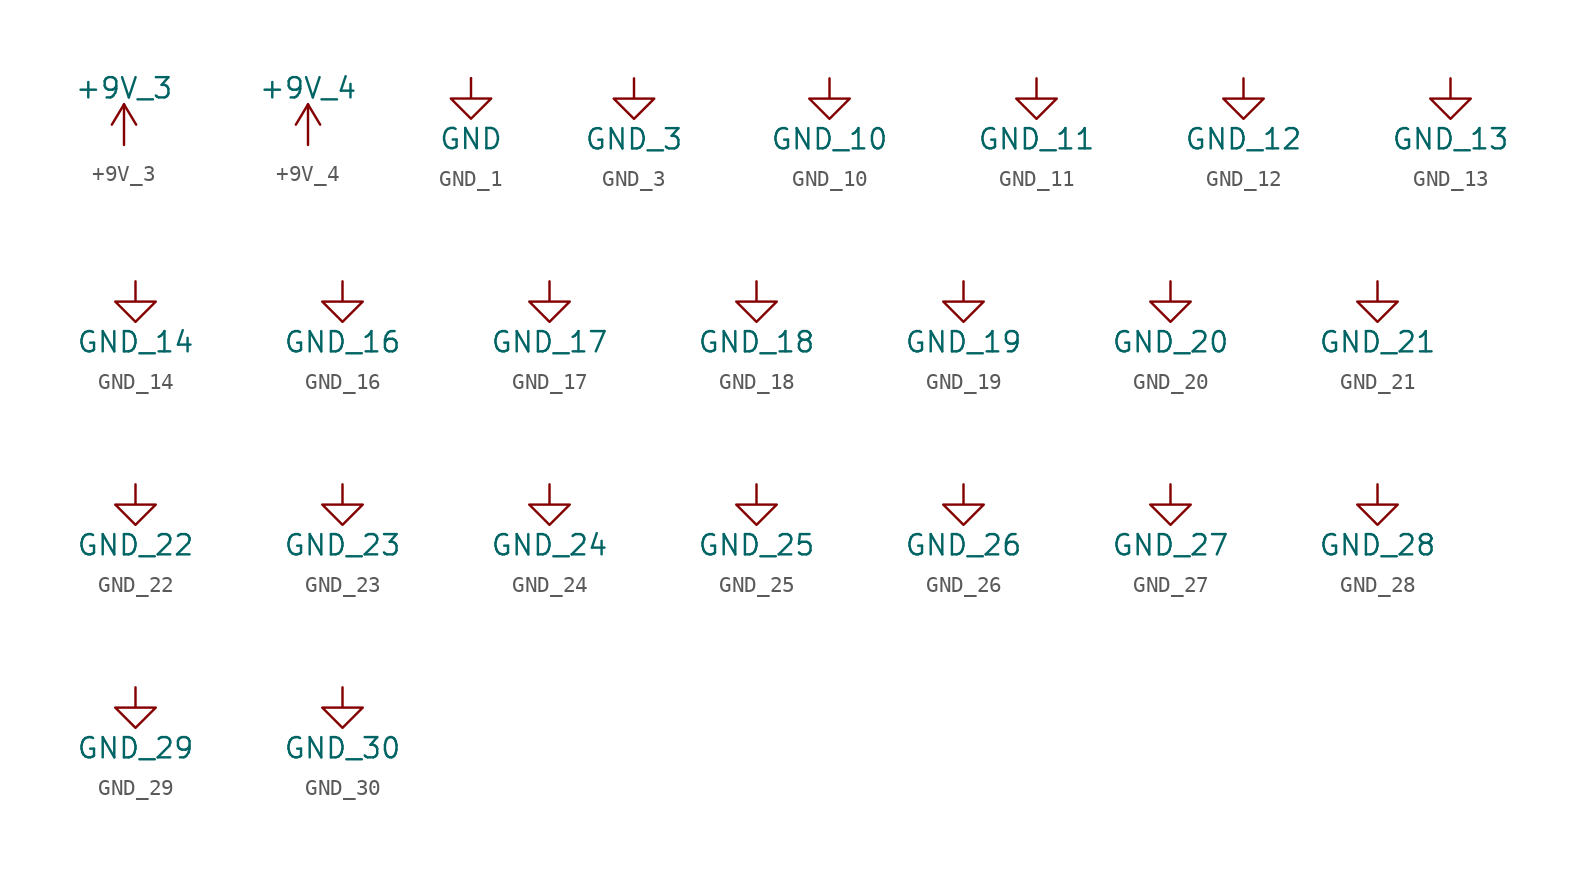
<source format=kicad_sym>
(kicad_symbol_lib
  (version 20231120)
  (generator "kicad_symbol_editor")
  (generator_version "8.0")
  (symbol "+9V_3"
    (power)
    (pin_names
      (offset 0))
    (property "Reference" "#PWR"
      (at 0 -3.81 0)
      (effects (font (size 1.27 1.27)) (hide yes)))
    (property "Value" "+9V_3"
      (at 0 3.556 0)
      (effects (font (size 1.27 1.27))))
    (symbol "+9V_3_0_1"
      (polyline (pts (xy -0.762 1.27) (xy 0 2.54)) (stroke (width 0) (type default)) (fill (type none)))
      (polyline (pts (xy 0 0) (xy 0 2.54)) (stroke (width 0) (type default)) (fill (type none)))
      (polyline (pts (xy 0 2.54) (xy 0.762 1.27)) (stroke (width 0) (type default)) (fill (type none))))
    (symbol "+9V_3_1_1"
      (pin power_in line (at 0 0 90) (length 0) hide (name "+9V" (effects (font (size 1.27 1.27)))) (number "1" (effects (font (size 1.27 1.27)))))))
  (symbol "+9V_4"
    (power)
    (pin_names
      (offset 0))
    (property "Reference" "#PWR"
      (at 0 -3.81 0)
      (effects (font (size 1.27 1.27)) (hide yes)))
    (property "Value" "+9V_4"
      (at 0 3.556 0)
      (effects (font (size 1.27 1.27))))
    (symbol "+9V_4_0_1"
      (polyline (pts (xy -0.762 1.27) (xy 0 2.54)) (stroke (width 0) (type default)) (fill (type none)))
      (polyline (pts (xy 0 0) (xy 0 2.54)) (stroke (width 0) (type default)) (fill (type none)))
      (polyline (pts (xy 0 2.54) (xy 0.762 1.27)) (stroke (width 0) (type default)) (fill (type none))))
    (symbol "+9V_4_1_1"
      (pin power_in line (at 0 0 90) (length 0) hide (name "+9V" (effects (font (size 1.27 1.27)))) (number "1" (effects (font (size 1.27 1.27)))))))
  (symbol "GND_1"
    (power)
    (pin_numbers hide)
    (pin_names
      (offset 0) hide)
    (property "Reference" "#PWR"
      (at 0 -6.35 0)
      (effects (font (size 1.27 1.27)) (hide yes)))
    (property "Value" "GND"
      (at 0 -3.81 0)
      (effects (font (size 1.27 1.27))))
    (symbol "GND_1_0_1"
      (polyline (pts (xy 0 0) (xy 0 -1.27) (xy 1.27 -1.27) (xy 0 -2.54) (xy -1.27 -1.27) (xy 0 -1.27)) (stroke (width 0) (type default)) (fill (type none))))
    (symbol "GND_1_1_1"
      (pin power_in line (at 0 0 270) (length 0) (name "~" (effects (font (size 1.27 1.27)))) (number "1" (effects (font (size 1.27 1.27)))))))
  (symbol "GND_3"
    (power)
    (pin_names
      (offset 0))
    (property "Reference" "#PWR"
      (at 0 -6.35 0)
      (effects (font (size 1.27 1.27)) (hide yes)))
    (property "Value" "GND_3"
      (at 0 -3.81 0)
      (effects (font (size 1.27 1.27))))
    (symbol "GND_3_0_1"
      (polyline (pts (xy 0 0) (xy 0 -1.27) (xy 1.27 -1.27) (xy 0 -2.54) (xy -1.27 -1.27) (xy 0 -1.27)) (stroke (width 0) (type default)) (fill (type none))))
    (symbol "GND_3_1_1"
      (pin power_in line (at 0 0 270) (length 0) hide (name "GND" (effects (font (size 1.27 1.27)))) (number "1" (effects (font (size 1.27 1.27)))))))
  (symbol "GND_10"
    (power)
    (pin_names
      (offset 0))
    (property "Reference" "#PWR"
      (at 0 -6.35 0)
      (effects (font (size 1.27 1.27)) (hide yes)))
    (property "Value" "GND_10"
      (at 0 -3.81 0)
      (effects (font (size 1.27 1.27))))
    (symbol "GND_10_0_1"
      (polyline (pts (xy 0 0) (xy 0 -1.27) (xy 1.27 -1.27) (xy 0 -2.54) (xy -1.27 -1.27) (xy 0 -1.27)) (stroke (width 0) (type default)) (fill (type none))))
    (symbol "GND_10_1_1"
      (pin power_in line (at 0 0 270) (length 0) hide (name "GND" (effects (font (size 1.27 1.27)))) (number "1" (effects (font (size 1.27 1.27)))))))
  (symbol "GND_11"
    (power)
    (pin_names
      (offset 0))
    (property "Reference" "#PWR"
      (at 0 -6.35 0)
      (effects (font (size 1.27 1.27)) (hide yes)))
    (property "Value" "GND_11"
      (at 0 -3.81 0)
      (effects (font (size 1.27 1.27))))
    (symbol "GND_11_0_1"
      (polyline (pts (xy 0 0) (xy 0 -1.27) (xy 1.27 -1.27) (xy 0 -2.54) (xy -1.27 -1.27) (xy 0 -1.27)) (stroke (width 0) (type default)) (fill (type none))))
    (symbol "GND_11_1_1"
      (pin power_in line (at 0 0 270) (length 0) hide (name "GND" (effects (font (size 1.27 1.27)))) (number "1" (effects (font (size 1.27 1.27)))))))
  (symbol "GND_12"
    (power)
    (pin_names
      (offset 0))
    (property "Reference" "#PWR"
      (at 0 -6.35 0)
      (effects (font (size 1.27 1.27)) (hide yes)))
    (property "Value" "GND_12"
      (at 0 -3.81 0)
      (effects (font (size 1.27 1.27))))
    (symbol "GND_12_0_1"
      (polyline (pts (xy 0 0) (xy 0 -1.27) (xy 1.27 -1.27) (xy 0 -2.54) (xy -1.27 -1.27) (xy 0 -1.27)) (stroke (width 0) (type default)) (fill (type none))))
    (symbol "GND_12_1_1"
      (pin power_in line (at 0 0 270) (length 0) hide (name "GND" (effects (font (size 1.27 1.27)))) (number "1" (effects (font (size 1.27 1.27)))))))
  (symbol "GND_13"
    (power)
    (pin_names
      (offset 0))
    (property "Reference" "#PWR"
      (at 0 -6.35 0)
      (effects (font (size 1.27 1.27)) (hide yes)))
    (property "Value" "GND_13"
      (at 0 -3.81 0)
      (effects (font (size 1.27 1.27))))
    (symbol "GND_13_0_1"
      (polyline (pts (xy 0 0) (xy 0 -1.27) (xy 1.27 -1.27) (xy 0 -2.54) (xy -1.27 -1.27) (xy 0 -1.27)) (stroke (width 0) (type default)) (fill (type none))))
    (symbol "GND_13_1_1"
      (pin power_in line (at 0 0 270) (length 0) hide (name "GND" (effects (font (size 1.27 1.27)))) (number "1" (effects (font (size 1.27 1.27)))))))
  (symbol "GND_14"
    (power)
    (pin_names
      (offset 0))
    (property "Reference" "#PWR"
      (at 0 -6.35 0)
      (effects (font (size 1.27 1.27)) (hide yes)))
    (property "Value" "GND_14"
      (at 0 -3.81 0)
      (effects (font (size 1.27 1.27))))
    (symbol "GND_14_0_1"
      (polyline (pts (xy 0 0) (xy 0 -1.27) (xy 1.27 -1.27) (xy 0 -2.54) (xy -1.27 -1.27) (xy 0 -1.27)) (stroke (width 0) (type default)) (fill (type none))))
    (symbol "GND_14_1_1"
      (pin power_in line (at 0 0 270) (length 0) hide (name "GND" (effects (font (size 1.27 1.27)))) (number "1" (effects (font (size 1.27 1.27)))))))
  (symbol "GND_16"
    (power)
    (pin_names
      (offset 0))
    (property "Reference" "#PWR"
      (at 0 -6.35 0)
      (effects (font (size 1.27 1.27)) (hide yes)))
    (property "Value" "GND_16"
      (at 0 -3.81 0)
      (effects (font (size 1.27 1.27))))
    (symbol "GND_16_0_1"
      (polyline (pts (xy 0 0) (xy 0 -1.27) (xy 1.27 -1.27) (xy 0 -2.54) (xy -1.27 -1.27) (xy 0 -1.27)) (stroke (width 0) (type default)) (fill (type none))))
    (symbol "GND_16_1_1"
      (pin power_in line (at 0 0 270) (length 0) hide (name "GND" (effects (font (size 1.27 1.27)))) (number "1" (effects (font (size 1.27 1.27)))))))
  (symbol "GND_17"
    (power)
    (pin_names
      (offset 0))
    (property "Reference" "#PWR"
      (at 0 -6.35 0)
      (effects (font (size 1.27 1.27)) (hide yes)))
    (property "Value" "GND_17"
      (at 0 -3.81 0)
      (effects (font (size 1.27 1.27))))
    (symbol "GND_17_0_1"
      (polyline (pts (xy 0 0) (xy 0 -1.27) (xy 1.27 -1.27) (xy 0 -2.54) (xy -1.27 -1.27) (xy 0 -1.27)) (stroke (width 0) (type default)) (fill (type none))))
    (symbol "GND_17_1_1"
      (pin power_in line (at 0 0 270) (length 0) hide (name "GND" (effects (font (size 1.27 1.27)))) (number "1" (effects (font (size 1.27 1.27)))))))
  (symbol "GND_18"
    (power)
    (pin_names
      (offset 0))
    (property "Reference" "#PWR"
      (at 0 -6.35 0)
      (effects (font (size 1.27 1.27)) (hide yes)))
    (property "Value" "GND_18"
      (at 0 -3.81 0)
      (effects (font (size 1.27 1.27))))
    (symbol "GND_18_0_1"
      (polyline (pts (xy 0 0) (xy 0 -1.27) (xy 1.27 -1.27) (xy 0 -2.54) (xy -1.27 -1.27) (xy 0 -1.27)) (stroke (width 0) (type default)) (fill (type none))))
    (symbol "GND_18_1_1"
      (pin power_in line (at 0 0 270) (length 0) hide (name "GND" (effects (font (size 1.27 1.27)))) (number "1" (effects (font (size 1.27 1.27)))))))
  (symbol "GND_19"
    (power)
    (pin_names
      (offset 0))
    (property "Reference" "#PWR"
      (at 0 -6.35 0)
      (effects (font (size 1.27 1.27)) (hide yes)))
    (property "Value" "GND_19"
      (at 0 -3.81 0)
      (effects (font (size 1.27 1.27))))
    (symbol "GND_19_0_1"
      (polyline (pts (xy 0 0) (xy 0 -1.27) (xy 1.27 -1.27) (xy 0 -2.54) (xy -1.27 -1.27) (xy 0 -1.27)) (stroke (width 0) (type default)) (fill (type none))))
    (symbol "GND_19_1_1"
      (pin power_in line (at 0 0 270) (length 0) hide (name "GND" (effects (font (size 1.27 1.27)))) (number "1" (effects (font (size 1.27 1.27)))))))
  (symbol "GND_20"
    (power)
    (pin_names
      (offset 0))
    (property "Reference" "#PWR"
      (at 0 -6.35 0)
      (effects (font (size 1.27 1.27)) (hide yes)))
    (property "Value" "GND_20"
      (at 0 -3.81 0)
      (effects (font (size 1.27 1.27))))
    (symbol "GND_20_0_1"
      (polyline (pts (xy 0 0) (xy 0 -1.27) (xy 1.27 -1.27) (xy 0 -2.54) (xy -1.27 -1.27) (xy 0 -1.27)) (stroke (width 0) (type default)) (fill (type none))))
    (symbol "GND_20_1_1"
      (pin power_in line (at 0 0 270) (length 0) hide (name "GND" (effects (font (size 1.27 1.27)))) (number "1" (effects (font (size 1.27 1.27)))))))
  (symbol "GND_21"
    (power)
    (pin_names
      (offset 0))
    (property "Reference" "#PWR"
      (at 0 -6.35 0)
      (effects (font (size 1.27 1.27)) (hide yes)))
    (property "Value" "GND_21"
      (at 0 -3.81 0)
      (effects (font (size 1.27 1.27))))
    (symbol "GND_21_0_1"
      (polyline (pts (xy 0 0) (xy 0 -1.27) (xy 1.27 -1.27) (xy 0 -2.54) (xy -1.27 -1.27) (xy 0 -1.27)) (stroke (width 0) (type default)) (fill (type none))))
    (symbol "GND_21_1_1"
      (pin power_in line (at 0 0 270) (length 0) hide (name "GND" (effects (font (size 1.27 1.27)))) (number "1" (effects (font (size 1.27 1.27)))))))
  (symbol "GND_22"
    (power)
    (pin_names
      (offset 0))
    (property "Reference" "#PWR"
      (at 0 -6.35 0)
      (effects (font (size 1.27 1.27)) (hide yes)))
    (property "Value" "GND_22"
      (at 0 -3.81 0)
      (effects (font (size 1.27 1.27))))
    (symbol "GND_22_0_1"
      (polyline (pts (xy 0 0) (xy 0 -1.27) (xy 1.27 -1.27) (xy 0 -2.54) (xy -1.27 -1.27) (xy 0 -1.27)) (stroke (width 0) (type default)) (fill (type none))))
    (symbol "GND_22_1_1"
      (pin power_in line (at 0 0 270) (length 0) hide (name "GND" (effects (font (size 1.27 1.27)))) (number "1" (effects (font (size 1.27 1.27)))))))
  (symbol "GND_23"
    (power)
    (pin_names
      (offset 0))
    (property "Reference" "#PWR"
      (at 0 -6.35 0)
      (effects (font (size 1.27 1.27)) (hide yes)))
    (property "Value" "GND_23"
      (at 0 -3.81 0)
      (effects (font (size 1.27 1.27))))
    (symbol "GND_23_0_1"
      (polyline (pts (xy 0 0) (xy 0 -1.27) (xy 1.27 -1.27) (xy 0 -2.54) (xy -1.27 -1.27) (xy 0 -1.27)) (stroke (width 0) (type default)) (fill (type none))))
    (symbol "GND_23_1_1"
      (pin power_in line (at 0 0 270) (length 0) hide (name "GND" (effects (font (size 1.27 1.27)))) (number "1" (effects (font (size 1.27 1.27)))))))
  (symbol "GND_24"
    (power)
    (pin_names
      (offset 0))
    (property "Reference" "#PWR"
      (at 0 -6.35 0)
      (effects (font (size 1.27 1.27)) (hide yes)))
    (property "Value" "GND_24"
      (at 0 -3.81 0)
      (effects (font (size 1.27 1.27))))
    (symbol "GND_24_0_1"
      (polyline (pts (xy 0 0) (xy 0 -1.27) (xy 1.27 -1.27) (xy 0 -2.54) (xy -1.27 -1.27) (xy 0 -1.27)) (stroke (width 0) (type default)) (fill (type none))))
    (symbol "GND_24_1_1"
      (pin power_in line (at 0 0 270) (length 0) hide (name "GND" (effects (font (size 1.27 1.27)))) (number "1" (effects (font (size 1.27 1.27)))))))
  (symbol "GND_25"
    (power)
    (pin_names
      (offset 0))
    (property "Reference" "#PWR"
      (at 0 -6.35 0)
      (effects (font (size 1.27 1.27)) (hide yes)))
    (property "Value" "GND_25"
      (at 0 -3.81 0)
      (effects (font (size 1.27 1.27))))
    (symbol "GND_25_0_1"
      (polyline (pts (xy 0 0) (xy 0 -1.27) (xy 1.27 -1.27) (xy 0 -2.54) (xy -1.27 -1.27) (xy 0 -1.27)) (stroke (width 0) (type default)) (fill (type none))))
    (symbol "GND_25_1_1"
      (pin power_in line (at 0 0 270) (length 0) hide (name "GND" (effects (font (size 1.27 1.27)))) (number "1" (effects (font (size 1.27 1.27)))))))
  (symbol "GND_26"
    (power)
    (pin_names
      (offset 0))
    (property "Reference" "#PWR"
      (at 0 -6.35 0)
      (effects (font (size 1.27 1.27)) (hide yes)))
    (property "Value" "GND_26"
      (at 0 -3.81 0)
      (effects (font (size 1.27 1.27))))
    (symbol "GND_26_0_1"
      (polyline (pts (xy 0 0) (xy 0 -1.27) (xy 1.27 -1.27) (xy 0 -2.54) (xy -1.27 -1.27) (xy 0 -1.27)) (stroke (width 0) (type default)) (fill (type none))))
    (symbol "GND_26_1_1"
      (pin power_in line (at 0 0 270) (length 0) hide (name "GND" (effects (font (size 1.27 1.27)))) (number "1" (effects (font (size 1.27 1.27)))))))
  (symbol "GND_27"
    (power)
    (pin_names
      (offset 0))
    (property "Reference" "#PWR"
      (at 0 -6.35 0)
      (effects (font (size 1.27 1.27)) (hide yes)))
    (property "Value" "GND_27"
      (at 0 -3.81 0)
      (effects (font (size 1.27 1.27))))
    (symbol "GND_27_0_1"
      (polyline (pts (xy 0 0) (xy 0 -1.27) (xy 1.27 -1.27) (xy 0 -2.54) (xy -1.27 -1.27) (xy 0 -1.27)) (stroke (width 0) (type default)) (fill (type none))))
    (symbol "GND_27_1_1"
      (pin power_in line (at 0 0 270) (length 0) hide (name "GND" (effects (font (size 1.27 1.27)))) (number "1" (effects (font (size 1.27 1.27)))))))
  (symbol "GND_28"
    (power)
    (pin_names
      (offset 0))
    (property "Reference" "#PWR"
      (at 0 -6.35 0)
      (effects (font (size 1.27 1.27)) (hide yes)))
    (property "Value" "GND_28"
      (at 0 -3.81 0)
      (effects (font (size 1.27 1.27))))
    (symbol "GND_28_0_1"
      (polyline (pts (xy 0 0) (xy 0 -1.27) (xy 1.27 -1.27) (xy 0 -2.54) (xy -1.27 -1.27) (xy 0 -1.27)) (stroke (width 0) (type default)) (fill (type none))))
    (symbol "GND_28_1_1"
      (pin power_in line (at 0 0 270) (length 0) hide (name "GND" (effects (font (size 1.27 1.27)))) (number "1" (effects (font (size 1.27 1.27)))))))
  (symbol "GND_29"
    (power)
    (pin_names
      (offset 0))
    (property "Reference" "#PWR"
      (at 0 -6.35 0)
      (effects (font (size 1.27 1.27)) (hide yes)))
    (property "Value" "GND_29"
      (at 0 -3.81 0)
      (effects (font (size 1.27 1.27))))
    (symbol "GND_29_0_1"
      (polyline (pts (xy 0 0) (xy 0 -1.27) (xy 1.27 -1.27) (xy 0 -2.54) (xy -1.27 -1.27) (xy 0 -1.27)) (stroke (width 0) (type default)) (fill (type none))))
    (symbol "GND_29_1_1"
      (pin power_in line (at 0 0 270) (length 0) hide (name "GND" (effects (font (size 1.27 1.27)))) (number "1" (effects (font (size 1.27 1.27)))))))
  (symbol "GND_30"
    (power)
    (pin_names
      (offset 0))
    (property "Reference" "#PWR"
      (at 0 -6.35 0)
      (effects (font (size 1.27 1.27)) (hide yes)))
    (property "Value" "GND_30"
      (at 0 -3.81 0)
      (effects (font (size 1.27 1.27))))
    (symbol "GND_30_0_1"
      (polyline (pts (xy 0 0) (xy 0 -1.27) (xy 1.27 -1.27) (xy 0 -2.54) (xy -1.27 -1.27) (xy 0 -1.27)) (stroke (width 0) (type default)) (fill (type none))))
    (symbol "GND_30_1_1"
      (pin power_in line (at 0 0 270) (length 0) hide (name "GND" (effects (font (size 1.27 1.27)))) (number "1" (effects (font (size 1.27 1.27))))))))
</source>
